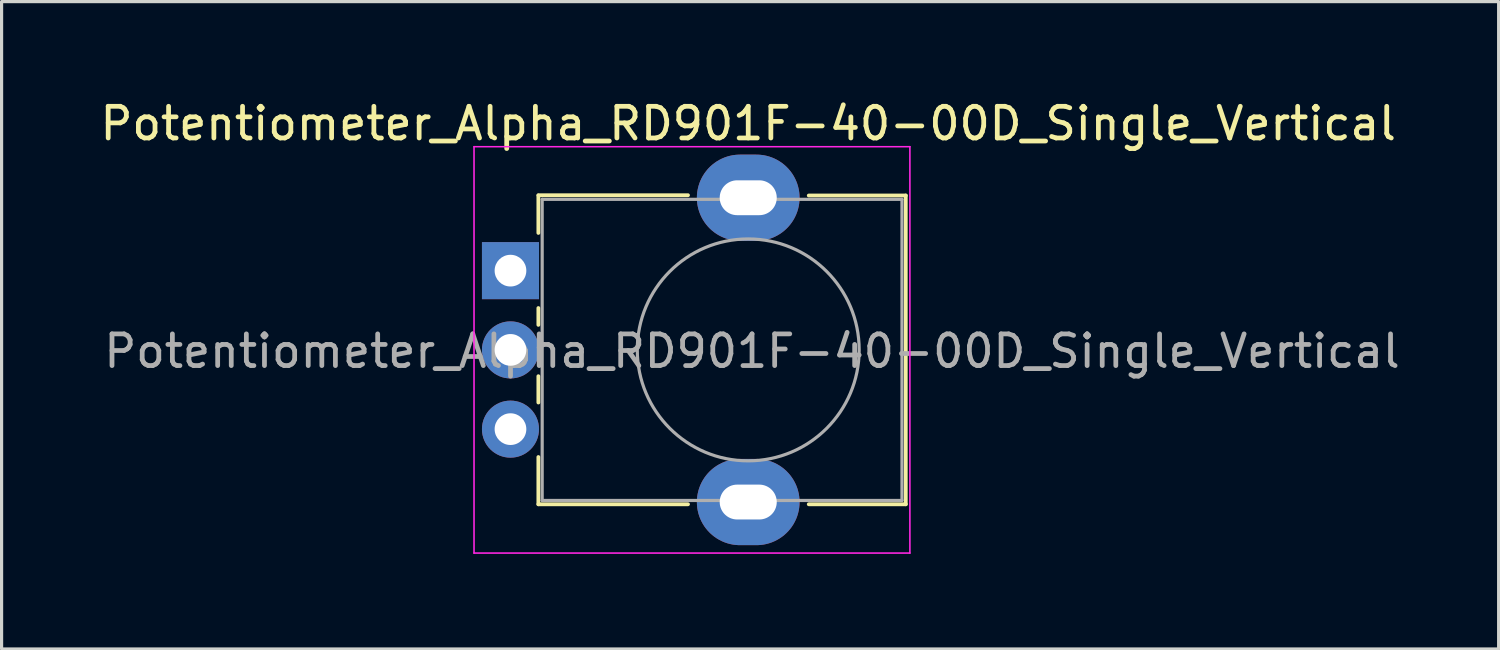
<source format=kicad_pcb>
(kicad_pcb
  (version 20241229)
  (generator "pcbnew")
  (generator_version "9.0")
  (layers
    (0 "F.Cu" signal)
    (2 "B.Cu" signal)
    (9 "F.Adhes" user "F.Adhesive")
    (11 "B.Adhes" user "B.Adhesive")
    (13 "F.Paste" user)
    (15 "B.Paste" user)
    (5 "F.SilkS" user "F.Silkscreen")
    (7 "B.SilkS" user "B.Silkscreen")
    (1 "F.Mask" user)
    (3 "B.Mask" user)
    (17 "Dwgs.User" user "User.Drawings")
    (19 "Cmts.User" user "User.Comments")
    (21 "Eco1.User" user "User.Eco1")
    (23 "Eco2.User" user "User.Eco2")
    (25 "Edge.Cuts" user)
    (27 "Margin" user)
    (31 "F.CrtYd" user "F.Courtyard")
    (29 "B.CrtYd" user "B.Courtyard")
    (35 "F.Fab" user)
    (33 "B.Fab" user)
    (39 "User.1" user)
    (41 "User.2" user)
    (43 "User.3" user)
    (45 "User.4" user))
  (footprint "Potentiometer_Alpha_RD901F-40-00D_Single_Vertical"
    (layer "F.Cu")
    (at 20.554 7.988)
    (property "Reference" "Potentiometer_Alpha_RD901F-40-00D_Single_Vertical" (at 0 -7.14 180) (layer "F.SilkS") (effects (font (size 1 1) (thickness 0.15))))
    (attr through_hole)
    (fp_line (start -6.62 -4.88) (end -1.9 -4.88) (stroke (width 0.12) (type solid)) (layer "F.SilkS"))
    (fp_line (start -6.62 -3.69) (end -6.62 -4.87) (stroke (width 0.12) (type solid)) (layer "F.SilkS"))
    (fp_line (start -6.62 -0.79) (end -6.62 -1.32) (stroke (width 0.12) (type solid)) (layer "F.SilkS"))
    (fp_line (start -6.62 1.66) (end -6.62 0.83) (stroke (width 0.12) (type solid)) (layer "F.SilkS"))
    (fp_line (start -6.62 4.87) (end -6.62 3.38) (stroke (width 0.12) (type solid)) (layer "F.SilkS"))
    (fp_line (start -6.62 4.87) (end -1.9 4.87) (stroke (width 0.12) (type solid)) (layer "F.SilkS"))
    (fp_line (start 1.91 -4.87) (end 4.97 -4.87) (stroke (width 0.12) (type solid)) (layer "F.SilkS"))
    (fp_line (start 1.91 4.87) (end 4.97 4.87) (stroke (width 0.12) (type solid)) (layer "F.SilkS"))
    (fp_line (start 4.97 4.87) (end 4.97 -4.87) (stroke (width 0.12) (type solid)) (layer "F.SilkS"))
    (fp_line (start -8.65 -6.41) (end -8.65 6.41) (stroke (width 0.05) (type solid)) (layer "F.CrtYd"))
    (fp_line (start -8.65 6.41) (end 5.1 6.41) (stroke (width 0.05) (type solid)) (layer "F.CrtYd"))
    (fp_line (start 5.1 -6.41) (end -8.65 -6.41) (stroke (width 0.05) (type solid)) (layer "F.CrtYd"))
    (fp_line (start 5.1 6.41) (end 5.1 -6.41) (stroke (width 0.05) (type solid)) (layer "F.CrtYd"))
    (fp_line (start -6.5 -4.75) (end 4.85 -4.75) (stroke (width 0.1) (type solid)) (layer "F.Fab"))
    (fp_line (start -6.5 4.75) (end -6.5 -4.75) (stroke (width 0.1) (type solid)) (layer "F.Fab"))
    (fp_line (start -6.5 4.75) (end 4.85 4.75) (stroke (width 0.1) (type solid)) (layer "F.Fab"))
    (fp_line (start 4.85 4.75) (end 4.85 -4.75) (stroke (width 0.1) (type solid)) (layer "F.Fab"))
    (fp_circle (center 0 0) (end 0 -3.5) (stroke (width 0.1) (type solid)) (fill no) (layer "F.Fab"))
    (fp_text user "${REFERENCE}" (at 0.12 0.04 0) (layer "F.Fab") (effects (font (size 1 1) (thickness 0.15))))
    (pad "" thru_hole oval (at 0 -4.8 90) (size 2.72 3.24) (drill oval 1.1 1.8) (layers "*.Cu" "*.Mask"))
    (pad "" thru_hole oval (at 0 4.8 90) (size 2.72 3.24) (drill oval 1.1 1.8) (layers "*.Cu" "*.Mask"))
    (pad "1" thru_hole rect (at -7.5 -2.5 90) (size 1.8 1.8) (drill 1) (layers "*.Cu" "*.Mask"))
    (pad "2" thru_hole circle (at -7.5 0 90) (size 1.8 1.8) (drill 1) (layers "*.Cu" "*.Mask"))
    (pad "3" thru_hole circle (at -7.5 2.5 90) (size 1.8 1.8) (drill 1) (layers "*.Cu" "*.Mask")))
  (gr_rect
    (start -3 -3)
    (end 44.227 17.423)
    (stroke (width 0.1) (type default))
    (fill no)
    (layer "Edge.Cuts")))
</source>
